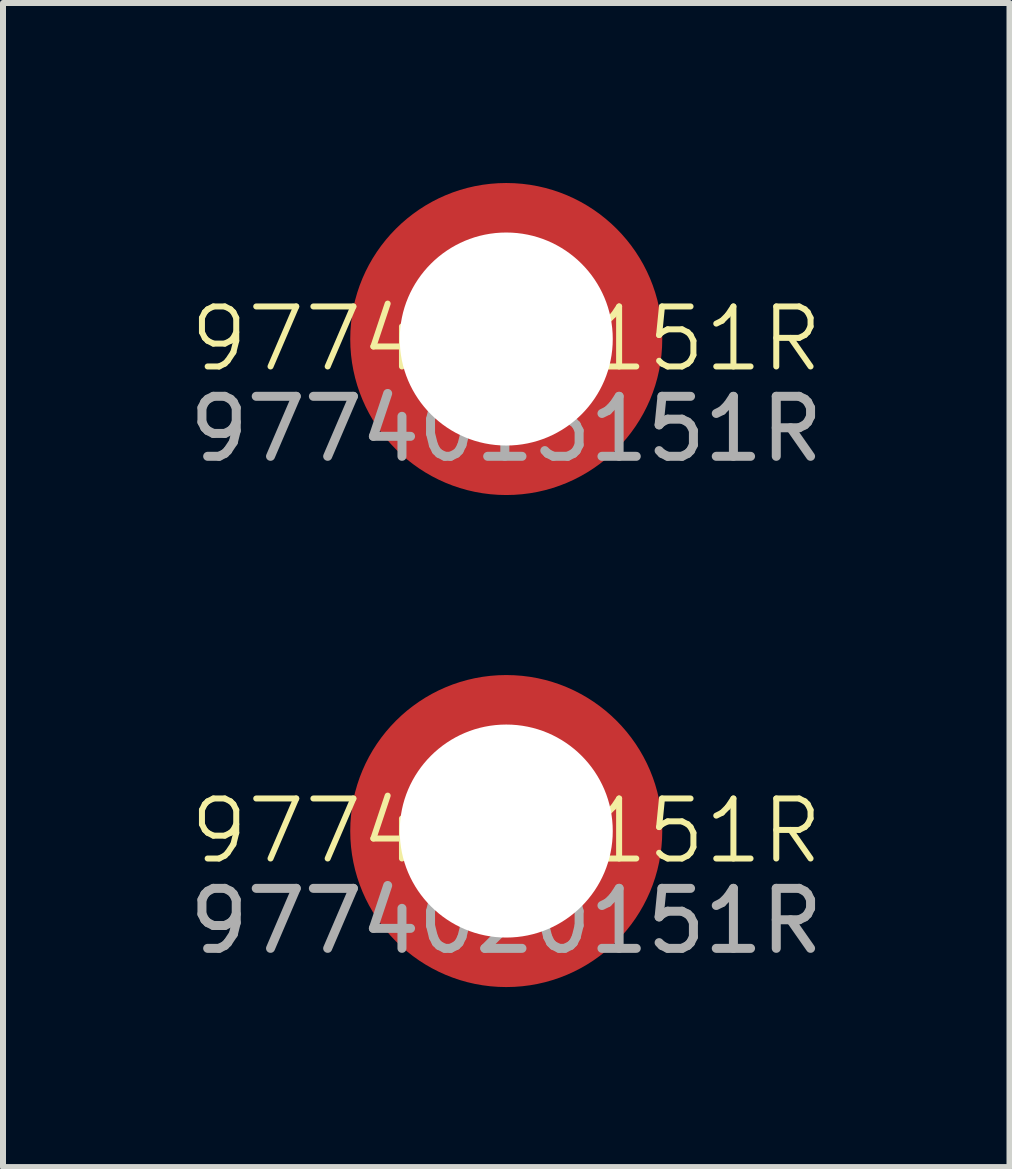
<source format=kicad_pcb>
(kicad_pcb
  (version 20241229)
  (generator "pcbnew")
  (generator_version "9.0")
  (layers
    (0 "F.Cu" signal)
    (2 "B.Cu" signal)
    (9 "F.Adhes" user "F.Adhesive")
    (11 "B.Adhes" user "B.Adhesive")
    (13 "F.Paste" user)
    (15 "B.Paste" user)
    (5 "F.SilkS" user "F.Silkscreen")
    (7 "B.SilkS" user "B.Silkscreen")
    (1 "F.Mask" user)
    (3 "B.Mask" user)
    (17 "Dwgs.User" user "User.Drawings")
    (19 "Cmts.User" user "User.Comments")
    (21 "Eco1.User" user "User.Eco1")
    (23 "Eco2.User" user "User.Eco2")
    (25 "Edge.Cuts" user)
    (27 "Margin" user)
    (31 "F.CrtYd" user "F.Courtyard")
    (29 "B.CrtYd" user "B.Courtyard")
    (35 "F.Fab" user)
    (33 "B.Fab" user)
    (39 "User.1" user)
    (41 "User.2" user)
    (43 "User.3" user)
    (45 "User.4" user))
  (footprint "9774020151R"
    (layer "F.Cu")
    (at 5.387 10.8)
    (property "Reference" "9774020151R" (at 0 0 0) (unlocked yes) (layer "F.SilkS") (effects (font (size 1 1) (thickness 0.1))))
    (attr through_hole)
    (fp_text user "${REFERENCE}" (at 0 1.5 0) (unlocked yes) (layer "F.Fab") (effects (font (size 1 1) (thickness 0.15))))
    (pad "MP" thru_hole circle (at 0 0) (size 3.6 3.6) (drill 3.55) (layers "*.Cu" "*.Mask") (remove_unused_layers yes) (zone_layer_connections))
    (pad "MP" smd circle (at 0 0) (size 5.2 5.2) (layers "F.Cu" "F.Mask" "F.Paste")))
  (footprint "9774015151R"
    (layer "F.Cu")
    (at 5.387 2.6)
    (property "Reference" "9774015151R" (at 0 0 0) (unlocked yes) (layer "F.SilkS") (effects (font (size 1 1) (thickness 0.1))))
    (attr through_hole)
    (fp_text user "${REFERENCE}" (at 0 1.5 0) (unlocked yes) (layer "F.Fab") (effects (font (size 1 1) (thickness 0.15))))
    (pad "MP" thru_hole circle (at 0 0) (size 3.6 3.6) (drill 3.55) (layers "*.Cu" "*.Mask") (remove_unused_layers yes) (zone_layer_connections))
    (pad "MP" smd circle (at 0 0) (size 5.2 5.2) (layers "F.Cu" "F.Mask" "F.Paste")))
  (gr_rect
    (start -3 -3)
    (end 13.774 16.4)
    (stroke (width 0.1) (type default))
    (fill no)
    (layer "Edge.Cuts")))
</source>
